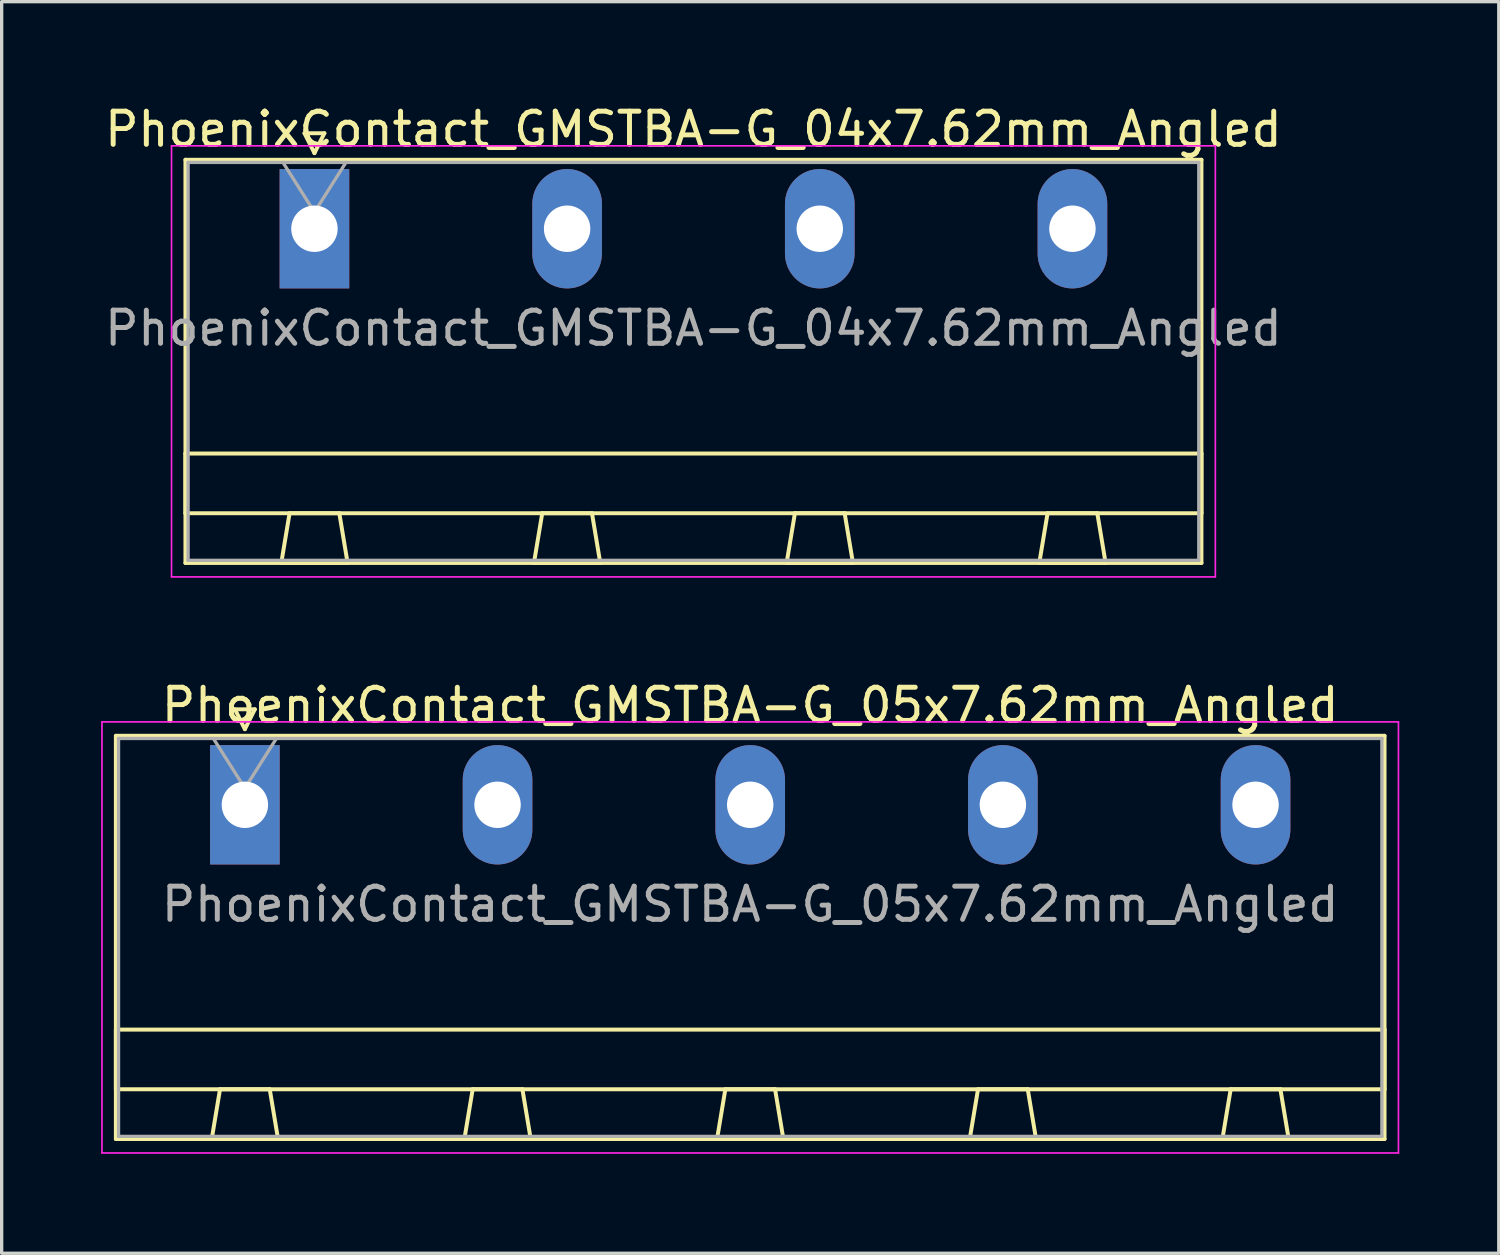
<source format=kicad_pcb>
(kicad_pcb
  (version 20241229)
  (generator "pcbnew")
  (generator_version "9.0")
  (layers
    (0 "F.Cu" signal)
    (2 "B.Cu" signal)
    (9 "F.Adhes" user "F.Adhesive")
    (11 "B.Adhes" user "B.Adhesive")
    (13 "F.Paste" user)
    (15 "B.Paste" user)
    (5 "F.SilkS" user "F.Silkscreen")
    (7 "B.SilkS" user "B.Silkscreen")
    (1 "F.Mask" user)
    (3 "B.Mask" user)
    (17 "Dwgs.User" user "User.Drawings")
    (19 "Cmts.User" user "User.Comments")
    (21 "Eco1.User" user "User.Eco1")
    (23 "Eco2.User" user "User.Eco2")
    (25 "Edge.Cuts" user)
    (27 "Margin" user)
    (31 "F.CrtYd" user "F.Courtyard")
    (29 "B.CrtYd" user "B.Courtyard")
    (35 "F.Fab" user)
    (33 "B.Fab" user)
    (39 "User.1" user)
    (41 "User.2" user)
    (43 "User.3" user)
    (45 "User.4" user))
  (footprint "PhoenixContact_GMSTBA-G_04x7.62mm_Angled"
    (layer "F.Cu")
    (at 6.433 3.848)
    (property "Reference" "PhoenixContact_GMSTBA-G_04x7.62mm_Angled" (at 11.43 -3 0) (layer "F.SilkS") (effects (font (size 1 1) (thickness 0.15))))
    (attr through_hole)
    (fp_line (start -3.89 -2.08) (end -3.89 10.08) (stroke (width 0.12) (type solid)) (layer "F.SilkS"))
    (fp_line (start -3.89 6.78) (end 26.75 6.78) (stroke (width 0.12) (type solid)) (layer "F.SilkS"))
    (fp_line (start -3.89 8.58) (end -3.89 6.78) (stroke (width 0.12) (type solid)) (layer "F.SilkS"))
    (fp_line (start -3.89 10.08) (end 26.75 10.08) (stroke (width 0.12) (type solid)) (layer "F.SilkS"))
    (fp_line (start -1 10.08) (end 1 10.08) (stroke (width 0.12) (type solid)) (layer "F.SilkS"))
    (fp_line (start -0.75 8.58) (end -1 10.08) (stroke (width 0.12) (type solid)) (layer "F.SilkS"))
    (fp_line (start -0.3 -2.88) (end 0.3 -2.88) (stroke (width 0.12) (type solid)) (layer "F.SilkS"))
    (fp_line (start 0 -2.28) (end -0.3 -2.88) (stroke (width 0.12) (type solid)) (layer "F.SilkS"))
    (fp_line (start 0.3 -2.88) (end 0 -2.28) (stroke (width 0.12) (type solid)) (layer "F.SilkS"))
    (fp_line (start 0.75 8.58) (end -0.75 8.58) (stroke (width 0.12) (type solid)) (layer "F.SilkS"))
    (fp_line (start 1 10.08) (end 0.75 8.58) (stroke (width 0.12) (type solid)) (layer "F.SilkS"))
    (fp_line (start 6.62 10.08) (end 8.62 10.08) (stroke (width 0.12) (type solid)) (layer "F.SilkS"))
    (fp_line (start 6.87 8.58) (end 6.62 10.08) (stroke (width 0.12) (type solid)) (layer "F.SilkS"))
    (fp_line (start 8.37 8.58) (end 6.87 8.58) (stroke (width 0.12) (type solid)) (layer "F.SilkS"))
    (fp_line (start 8.62 10.08) (end 8.37 8.58) (stroke (width 0.12) (type solid)) (layer "F.SilkS"))
    (fp_line (start 14.24 10.08) (end 16.24 10.08) (stroke (width 0.12) (type solid)) (layer "F.SilkS"))
    (fp_line (start 14.49 8.58) (end 14.24 10.08) (stroke (width 0.12) (type solid)) (layer "F.SilkS"))
    (fp_line (start 15.99 8.58) (end 14.49 8.58) (stroke (width 0.12) (type solid)) (layer "F.SilkS"))
    (fp_line (start 16.24 10.08) (end 15.99 8.58) (stroke (width 0.12) (type solid)) (layer "F.SilkS"))
    (fp_line (start 21.86 10.08) (end 23.86 10.08) (stroke (width 0.12) (type solid)) (layer "F.SilkS"))
    (fp_line (start 22.11 8.58) (end 21.86 10.08) (stroke (width 0.12) (type solid)) (layer "F.SilkS"))
    (fp_line (start 23.61 8.58) (end 22.11 8.58) (stroke (width 0.12) (type solid)) (layer "F.SilkS"))
    (fp_line (start 23.86 10.08) (end 23.61 8.58) (stroke (width 0.12) (type solid)) (layer "F.SilkS"))
    (fp_line (start 26.75 -2.08) (end -3.89 -2.08) (stroke (width 0.12) (type solid)) (layer "F.SilkS"))
    (fp_line (start 26.75 6.78) (end 26.75 8.58) (stroke (width 0.12) (type solid)) (layer "F.SilkS"))
    (fp_line (start 26.75 8.58) (end -3.89 8.58) (stroke (width 0.12) (type solid)) (layer "F.SilkS"))
    (fp_line (start 26.75 10.08) (end 26.75 -2.08) (stroke (width 0.12) (type solid)) (layer "F.SilkS"))
    (fp_line (start -4.31 -2.5) (end -4.31 10.5) (stroke (width 0.05) (type solid)) (layer "F.CrtYd"))
    (fp_line (start -4.31 10.5) (end 27.17 10.5) (stroke (width 0.05) (type solid)) (layer "F.CrtYd"))
    (fp_line (start 27.17 -2.5) (end -4.31 -2.5) (stroke (width 0.05) (type solid)) (layer "F.CrtYd"))
    (fp_line (start 27.17 10.5) (end 27.17 -2.5) (stroke (width 0.05) (type solid)) (layer "F.CrtYd"))
    (fp_line (start -3.81 -2) (end -3.81 10) (stroke (width 0.1) (type solid)) (layer "F.Fab"))
    (fp_line (start -3.81 10) (end 26.67 10) (stroke (width 0.1) (type solid)) (layer "F.Fab"))
    (fp_line (start 0 -0.5) (end -0.95 -2) (stroke (width 0.1) (type solid)) (layer "F.Fab"))
    (fp_line (start 0.95 -2) (end 0 -0.5) (stroke (width 0.1) (type solid)) (layer "F.Fab"))
    (fp_line (start 26.67 -2) (end -3.81 -2) (stroke (width 0.1) (type solid)) (layer "F.Fab"))
    (fp_line (start 26.67 10) (end 26.67 -2) (stroke (width 0.1) (type solid)) (layer "F.Fab"))
    (fp_text user "${REFERENCE}" (at 11.43 3 0) (layer "F.Fab") (effects (font (size 1 1) (thickness 0.15))))
    (pad "1" thru_hole rect (at 0 0) (size 2.1 3.6) (drill 1.4) (layers "*.Cu" "*.Mask"))
    (pad "2" thru_hole oval (at 7.62 0) (size 2.1 3.6) (drill 1.4) (layers "*.Cu" "*.Mask"))
    (pad "3" thru_hole oval (at 15.24 0) (size 2.1 3.6) (drill 1.4) (layers "*.Cu" "*.Mask"))
    (pad "4" thru_hole oval (at 22.86 0) (size 2.1 3.6) (drill 1.4) (layers "*.Cu" "*.Mask")))
  (footprint "PhoenixContact_GMSTBA-G_05x7.62mm_Angled"
    (layer "F.Cu")
    (at 4.335 21.221)
    (property "Reference" "PhoenixContact_GMSTBA-G_05x7.62mm_Angled" (at 15.24 -3 0) (layer "F.SilkS") (effects (font (size 1 1) (thickness 0.15))))
    (attr through_hole)
    (fp_line (start -3.89 -2.08) (end -3.89 10.08) (stroke (width 0.12) (type solid)) (layer "F.SilkS"))
    (fp_line (start -3.89 6.78) (end 34.37 6.78) (stroke (width 0.12) (type solid)) (layer "F.SilkS"))
    (fp_line (start -3.89 8.58) (end -3.89 6.78) (stroke (width 0.12) (type solid)) (layer "F.SilkS"))
    (fp_line (start -3.89 10.08) (end 34.37 10.08) (stroke (width 0.12) (type solid)) (layer "F.SilkS"))
    (fp_line (start -1 10.08) (end 1 10.08) (stroke (width 0.12) (type solid)) (layer "F.SilkS"))
    (fp_line (start -0.75 8.58) (end -1 10.08) (stroke (width 0.12) (type solid)) (layer "F.SilkS"))
    (fp_line (start -0.3 -2.88) (end 0.3 -2.88) (stroke (width 0.12) (type solid)) (layer "F.SilkS"))
    (fp_line (start 0 -2.28) (end -0.3 -2.88) (stroke (width 0.12) (type solid)) (layer "F.SilkS"))
    (fp_line (start 0.3 -2.88) (end 0 -2.28) (stroke (width 0.12) (type solid)) (layer "F.SilkS"))
    (fp_line (start 0.75 8.58) (end -0.75 8.58) (stroke (width 0.12) (type solid)) (layer "F.SilkS"))
    (fp_line (start 1 10.08) (end 0.75 8.58) (stroke (width 0.12) (type solid)) (layer "F.SilkS"))
    (fp_line (start 6.62 10.08) (end 8.62 10.08) (stroke (width 0.12) (type solid)) (layer "F.SilkS"))
    (fp_line (start 6.87 8.58) (end 6.62 10.08) (stroke (width 0.12) (type solid)) (layer "F.SilkS"))
    (fp_line (start 8.37 8.58) (end 6.87 8.58) (stroke (width 0.12) (type solid)) (layer "F.SilkS"))
    (fp_line (start 8.62 10.08) (end 8.37 8.58) (stroke (width 0.12) (type solid)) (layer "F.SilkS"))
    (fp_line (start 14.24 10.08) (end 16.24 10.08) (stroke (width 0.12) (type solid)) (layer "F.SilkS"))
    (fp_line (start 14.49 8.58) (end 14.24 10.08) (stroke (width 0.12) (type solid)) (layer "F.SilkS"))
    (fp_line (start 15.99 8.58) (end 14.49 8.58) (stroke (width 0.12) (type solid)) (layer "F.SilkS"))
    (fp_line (start 16.24 10.08) (end 15.99 8.58) (stroke (width 0.12) (type solid)) (layer "F.SilkS"))
    (fp_line (start 21.86 10.08) (end 23.86 10.08) (stroke (width 0.12) (type solid)) (layer "F.SilkS"))
    (fp_line (start 22.11 8.58) (end 21.86 10.08) (stroke (width 0.12) (type solid)) (layer "F.SilkS"))
    (fp_line (start 23.61 8.58) (end 22.11 8.58) (stroke (width 0.12) (type solid)) (layer "F.SilkS"))
    (fp_line (start 23.86 10.08) (end 23.61 8.58) (stroke (width 0.12) (type solid)) (layer "F.SilkS"))
    (fp_line (start 29.48 10.08) (end 31.48 10.08) (stroke (width 0.12) (type solid)) (layer "F.SilkS"))
    (fp_line (start 29.73 8.58) (end 29.48 10.08) (stroke (width 0.12) (type solid)) (layer "F.SilkS"))
    (fp_line (start 31.23 8.58) (end 29.73 8.58) (stroke (width 0.12) (type solid)) (layer "F.SilkS"))
    (fp_line (start 31.48 10.08) (end 31.23 8.58) (stroke (width 0.12) (type solid)) (layer "F.SilkS"))
    (fp_line (start 34.37 -2.08) (end -3.89 -2.08) (stroke (width 0.12) (type solid)) (layer "F.SilkS"))
    (fp_line (start 34.37 6.78) (end 34.37 8.58) (stroke (width 0.12) (type solid)) (layer "F.SilkS"))
    (fp_line (start 34.37 8.58) (end -3.89 8.58) (stroke (width 0.12) (type solid)) (layer "F.SilkS"))
    (fp_line (start 34.37 10.08) (end 34.37 -2.08) (stroke (width 0.12) (type solid)) (layer "F.SilkS"))
    (fp_line (start -4.31 -2.5) (end -4.31 10.5) (stroke (width 0.05) (type solid)) (layer "F.CrtYd"))
    (fp_line (start -4.31 10.5) (end 34.79 10.5) (stroke (width 0.05) (type solid)) (layer "F.CrtYd"))
    (fp_line (start 34.79 -2.5) (end -4.31 -2.5) (stroke (width 0.05) (type solid)) (layer "F.CrtYd"))
    (fp_line (start 34.79 10.5) (end 34.79 -2.5) (stroke (width 0.05) (type solid)) (layer "F.CrtYd"))
    (fp_line (start -3.81 -2) (end -3.81 10) (stroke (width 0.1) (type solid)) (layer "F.Fab"))
    (fp_line (start -3.81 10) (end 34.29 10) (stroke (width 0.1) (type solid)) (layer "F.Fab"))
    (fp_line (start 0 -0.5) (end -0.95 -2) (stroke (width 0.1) (type solid)) (layer "F.Fab"))
    (fp_line (start 0.95 -2) (end 0 -0.5) (stroke (width 0.1) (type solid)) (layer "F.Fab"))
    (fp_line (start 34.29 -2) (end -3.81 -2) (stroke (width 0.1) (type solid)) (layer "F.Fab"))
    (fp_line (start 34.29 10) (end 34.29 -2) (stroke (width 0.1) (type solid)) (layer "F.Fab"))
    (fp_text user "${REFERENCE}" (at 15.24 3 0) (layer "F.Fab") (effects (font (size 1 1) (thickness 0.15))))
    (pad "1" thru_hole rect (at 0 0) (size 2.1 3.6) (drill 1.4) (layers "*.Cu" "*.Mask"))
    (pad "2" thru_hole oval (at 7.62 0) (size 2.1 3.6) (drill 1.4) (layers "*.Cu" "*.Mask"))
    (pad "3" thru_hole oval (at 15.24 0) (size 2.1 3.6) (drill 1.4) (layers "*.Cu" "*.Mask"))
    (pad "4" thru_hole oval (at 22.86 0) (size 2.1 3.6) (drill 1.4) (layers "*.Cu" "*.Mask"))
    (pad "5" thru_hole oval (at 30.48 0) (size 2.1 3.6) (drill 1.4) (layers "*.Cu" "*.Mask")))
  (gr_rect
    (start -3 -3)
    (end 42.15 34.746)
    (stroke (width 0.1) (type default))
    (fill no)
    (layer "Edge.Cuts")))
</source>
